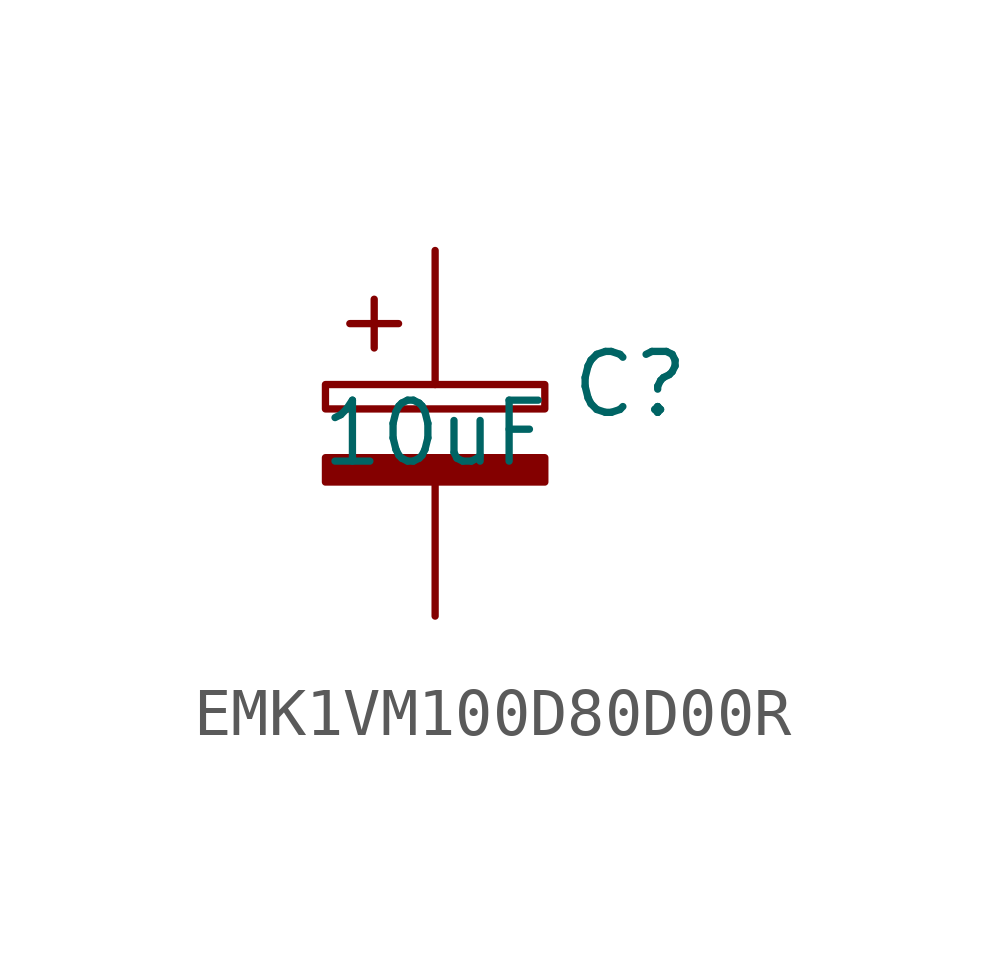
<source format=kicad_sym>
(kicad_symbol_lib
  (version 20241209)
  (generator "kicad_symbol_editor")
  (generator_version "9.0")
  (symbol "EMK1VM100D80D00R"
    (property "Reference" "C"
      (at 4.064 1.016 0)
      (effects (font (size 1.27 1.27))))
    (property "Value" "10uF"
      (at 0 0 0)
      (effects (font (size 1.27 1.27))))
    (symbol "EMK1VM100D80D00R_0_1"
      (rectangle (start -2.286 1.016) (end 2.286 0.508) (stroke (width 0) (type default)) (fill (type none)))
      (polyline (pts (xy -1.778 2.286) (xy -0.762 2.286)) (stroke (width 0) (type default)) (fill (type none)))
      (polyline (pts (xy -1.27 2.794) (xy -1.27 1.778)) (stroke (width 0) (type default)) (fill (type none)))
      (rectangle (start 2.286 -0.508) (end -2.286 -1.016) (stroke (width 0) (type default)) (fill (type outline))))
    (symbol "EMK1VM100D80D00R_1_1"
      (pin passive line (at 0 3.81 270) (length 2.794) (name "~" (effects (font (size 1.27 1.27)))) (number "1" (effects (font (size 0 0)))))
      (pin passive line (at 0 -3.81 90) (length 2.794) (name "~" (effects (font (size 1.27 1.27)))) (number "2" (effects (font (size 0 0))))))))
</source>
